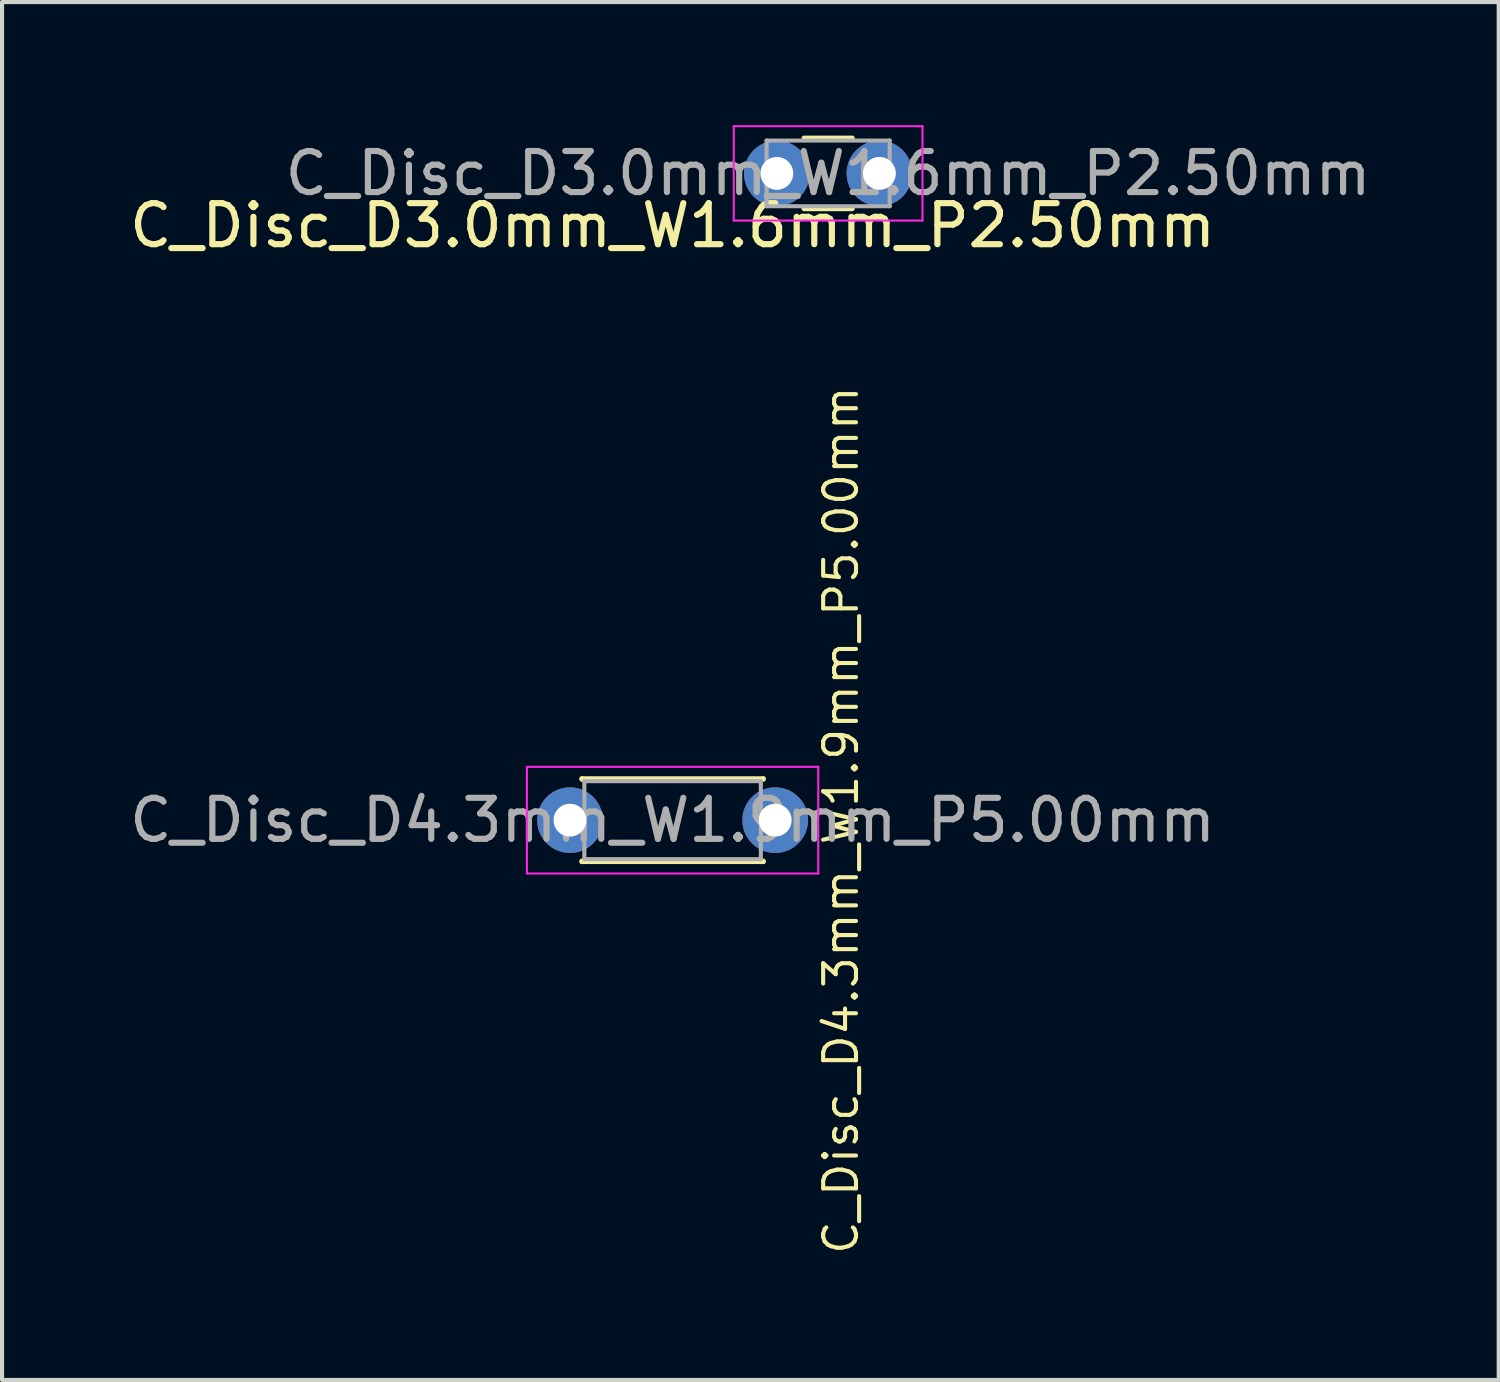
<source format=kicad_pcb>
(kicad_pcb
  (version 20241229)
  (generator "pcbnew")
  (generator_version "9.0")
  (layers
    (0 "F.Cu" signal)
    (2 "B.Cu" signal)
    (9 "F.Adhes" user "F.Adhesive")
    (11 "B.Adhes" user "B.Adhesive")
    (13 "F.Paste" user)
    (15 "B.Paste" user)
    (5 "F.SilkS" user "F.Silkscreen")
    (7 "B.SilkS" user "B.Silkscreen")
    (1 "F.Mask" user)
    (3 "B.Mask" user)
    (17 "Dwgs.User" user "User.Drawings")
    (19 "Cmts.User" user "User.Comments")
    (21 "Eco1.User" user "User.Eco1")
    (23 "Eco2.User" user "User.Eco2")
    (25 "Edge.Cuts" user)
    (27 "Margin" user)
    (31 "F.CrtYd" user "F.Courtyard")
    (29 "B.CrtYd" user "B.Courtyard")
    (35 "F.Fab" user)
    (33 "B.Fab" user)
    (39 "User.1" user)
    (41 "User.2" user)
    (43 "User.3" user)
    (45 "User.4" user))
  (footprint "C_Disc_D4.3mm_W1.9mm_P5.00mm"
    (layer "F.Cu")
    (at 10.839 16.935)
    (property "Reference" "C_Disc_D4.3mm_W1.9mm_P5.00mm" (at 6.604 0 90) (layer "F.SilkS") (effects (font (size 0.8 0.8) (thickness 0.1))))
    (attr through_hole)
    (fp_line (start 0.29 -1.01) (end 0.29 -0.996) (stroke (width 0.12) (type solid)) (layer "F.SilkS"))
    (fp_line (start 0.29 -1.01) (end 4.71 -1.01) (stroke (width 0.12) (type solid)) (layer "F.SilkS"))
    (fp_line (start 0.29 0.996) (end 0.29 1.01) (stroke (width 0.12) (type solid)) (layer "F.SilkS"))
    (fp_line (start 0.29 1.01) (end 4.71 1.01) (stroke (width 0.12) (type solid)) (layer "F.SilkS"))
    (fp_line (start 4.71 -1.01) (end 4.71 -0.996) (stroke (width 0.12) (type solid)) (layer "F.SilkS"))
    (fp_line (start 4.71 0.996) (end 4.71 1.01) (stroke (width 0.12) (type solid)) (layer "F.SilkS"))
    (fp_line (start -1.05 -1.3) (end -1.05 1.3) (stroke (width 0.05) (type solid)) (layer "F.CrtYd"))
    (fp_line (start -1.05 1.3) (end 6.05 1.3) (stroke (width 0.05) (type solid)) (layer "F.CrtYd"))
    (fp_line (start 6.05 -1.3) (end -1.05 -1.3) (stroke (width 0.05) (type solid)) (layer "F.CrtYd"))
    (fp_line (start 6.05 1.3) (end 6.05 -1.3) (stroke (width 0.05) (type solid)) (layer "F.CrtYd"))
    (fp_line (start 0.35 -0.95) (end 0.35 0.95) (stroke (width 0.1) (type solid)) (layer "F.Fab"))
    (fp_line (start 0.35 0.95) (end 4.65 0.95) (stroke (width 0.1) (type solid)) (layer "F.Fab"))
    (fp_line (start 4.65 -0.95) (end 0.35 -0.95) (stroke (width 0.1) (type solid)) (layer "F.Fab"))
    (fp_line (start 4.65 0.95) (end 4.65 -0.95) (stroke (width 0.1) (type solid)) (layer "F.Fab"))
    (fp_text user "${REFERENCE}" (at 2.5 0 0) (layer "F.Fab") (effects (font (size 1 1) (thickness 0.15))))
    (pad "1" thru_hole circle (at 0 0) (size 1.6 1.6) (drill 0.8) (layers "*.Cu" "*.Mask"))
    (pad "2" thru_hole circle (at 5 0) (size 1.6 1.6) (drill 0.8) (layers "*.Cu" "*.Mask")))
  (footprint "C_Disc_D3.0mm_W1.6mm_P2.50mm"
    (layer "F.Cu")
    (at 15.879 1.175)
    (property "Reference" "C_Disc_D3.0mm_W1.6mm_P2.50mm" (at -2.54 1.27 0) (layer "F.SilkS") (effects (font (size 1 1) (thickness 0.15))))
    (attr through_hole)
    (fp_line (start 0.663 -0.861) (end 1.837 -0.861) (stroke (width 0.12) (type solid)) (layer "F.SilkS"))
    (fp_line (start 0.663 0.861) (end 1.837 0.861) (stroke (width 0.12) (type solid)) (layer "F.SilkS"))
    (fp_line (start -1.05 -1.15) (end -1.05 1.15) (stroke (width 0.05) (type solid)) (layer "F.CrtYd"))
    (fp_line (start -1.05 1.15) (end 3.55 1.15) (stroke (width 0.05) (type solid)) (layer "F.CrtYd"))
    (fp_line (start 3.55 -1.15) (end -1.05 -1.15) (stroke (width 0.05) (type solid)) (layer "F.CrtYd"))
    (fp_line (start 3.55 1.15) (end 3.55 -1.15) (stroke (width 0.05) (type solid)) (layer "F.CrtYd"))
    (fp_line (start -0.25 -0.8) (end -0.25 0.8) (stroke (width 0.1) (type solid)) (layer "F.Fab"))
    (fp_line (start -0.25 0.8) (end 2.75 0.8) (stroke (width 0.1) (type solid)) (layer "F.Fab"))
    (fp_line (start 2.75 -0.8) (end -0.25 -0.8) (stroke (width 0.1) (type solid)) (layer "F.Fab"))
    (fp_line (start 2.75 0.8) (end 2.75 -0.8) (stroke (width 0.1) (type solid)) (layer "F.Fab"))
    (fp_text user "${REFERENCE}" (at 1.25 0 0) (layer "F.Fab") (effects (font (size 1 1) (thickness 0.15))))
    (pad "1" thru_hole circle (at 0 0) (size 1.6 1.6) (drill 0.8) (layers "*.Cu" "*.Mask"))
    (pad "2" thru_hole circle (at 2.5 0) (size 1.6 1.6) (drill 0.8) (layers "*.Cu" "*.Mask")))
  (gr_rect
    (start -3 -3)
    (end 33.469 30.576)
    (stroke (width 0.1) (type default))
    (fill no)
    (layer "Edge.Cuts")))
</source>
